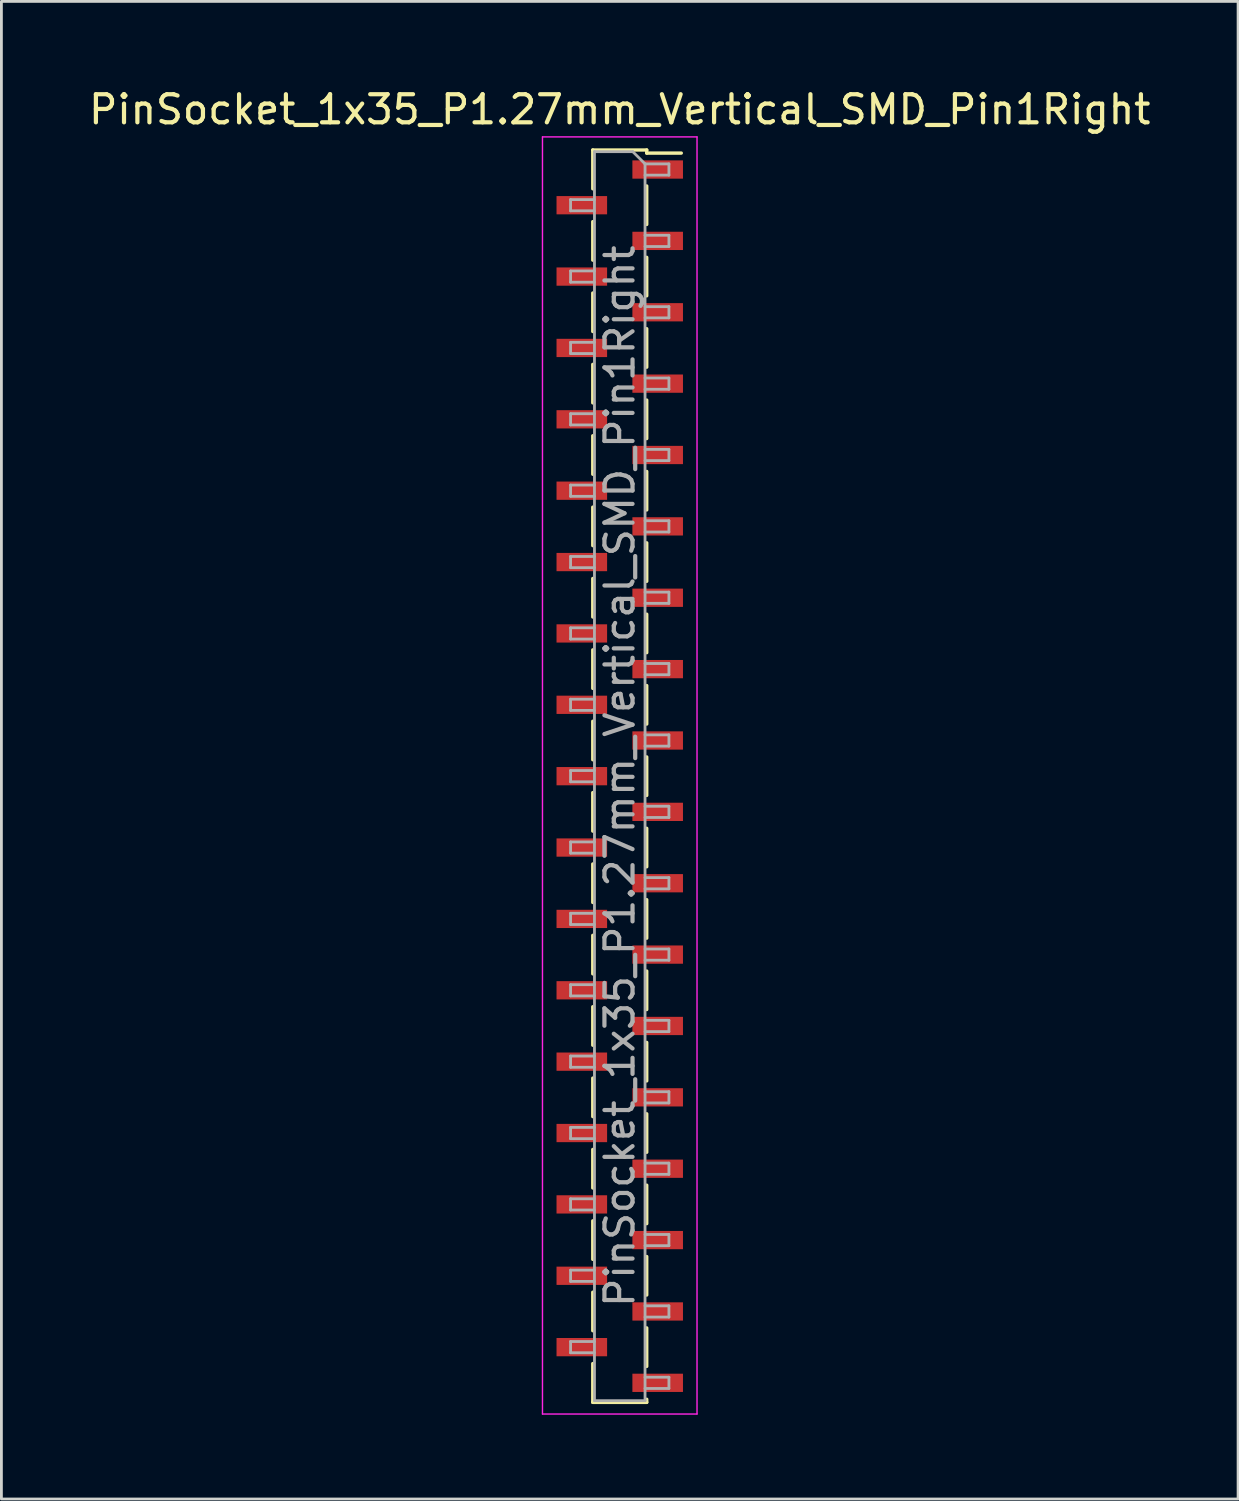
<source format=kicad_pcb>
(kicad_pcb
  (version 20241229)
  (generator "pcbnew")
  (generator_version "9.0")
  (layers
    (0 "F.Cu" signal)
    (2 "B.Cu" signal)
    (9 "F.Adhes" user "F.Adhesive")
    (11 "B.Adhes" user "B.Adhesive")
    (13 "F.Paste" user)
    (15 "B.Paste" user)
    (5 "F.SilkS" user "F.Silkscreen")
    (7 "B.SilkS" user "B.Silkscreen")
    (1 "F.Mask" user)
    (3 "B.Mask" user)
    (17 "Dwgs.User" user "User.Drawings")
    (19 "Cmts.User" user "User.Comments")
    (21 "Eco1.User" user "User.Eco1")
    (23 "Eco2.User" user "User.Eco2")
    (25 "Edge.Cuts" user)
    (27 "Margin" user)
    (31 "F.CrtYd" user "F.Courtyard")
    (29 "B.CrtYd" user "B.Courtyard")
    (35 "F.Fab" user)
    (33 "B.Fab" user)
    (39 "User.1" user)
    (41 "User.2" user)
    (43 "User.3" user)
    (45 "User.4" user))
  (footprint "PinSocket_1x35_P1.27mm_Vertical_SMD_Pin1Right"
    (layer "F.Cu")
    (at 19.006 24.573)
    (property "Reference" "PinSocket_1x35_P1.27mm_Vertical_SMD_Pin1Right" (at 0 -23.725 0) (layer "F.SilkS") (effects (font (size 1 1) (thickness 0.15))))
    (attr smd)
    (fp_line (start -0.96 -22.285) (end -0.96 -20.905) (stroke (width 0.12) (type solid)) (layer "F.SilkS"))
    (fp_line (start -0.96 -22.285) (end 0.96 -22.285) (stroke (width 0.12) (type solid)) (layer "F.SilkS"))
    (fp_line (start -0.96 -19.735) (end -0.96 -18.365) (stroke (width 0.12) (type solid)) (layer "F.SilkS"))
    (fp_line (start -0.96 -17.195) (end -0.96 -15.825) (stroke (width 0.12) (type solid)) (layer "F.SilkS"))
    (fp_line (start -0.96 -14.655) (end -0.96 -13.285) (stroke (width 0.12) (type solid)) (layer "F.SilkS"))
    (fp_line (start -0.96 -12.115) (end -0.96 -10.745) (stroke (width 0.12) (type solid)) (layer "F.SilkS"))
    (fp_line (start -0.96 -9.575) (end -0.96 -8.205) (stroke (width 0.12) (type solid)) (layer "F.SilkS"))
    (fp_line (start -0.96 -7.035) (end -0.96 -5.665) (stroke (width 0.12) (type solid)) (layer "F.SilkS"))
    (fp_line (start -0.96 -4.495) (end -0.96 -3.125) (stroke (width 0.12) (type solid)) (layer "F.SilkS"))
    (fp_line (start -0.96 -1.955) (end -0.96 -0.585) (stroke (width 0.12) (type solid)) (layer "F.SilkS"))
    (fp_line (start -0.96 0.585) (end -0.96 1.955) (stroke (width 0.12) (type solid)) (layer "F.SilkS"))
    (fp_line (start -0.96 3.125) (end -0.96 4.495) (stroke (width 0.12) (type solid)) (layer "F.SilkS"))
    (fp_line (start -0.96 5.665) (end -0.96 7.035) (stroke (width 0.12) (type solid)) (layer "F.SilkS"))
    (fp_line (start -0.96 8.205) (end -0.96 9.575) (stroke (width 0.12) (type solid)) (layer "F.SilkS"))
    (fp_line (start -0.96 10.745) (end -0.96 12.115) (stroke (width 0.12) (type solid)) (layer "F.SilkS"))
    (fp_line (start -0.96 13.285) (end -0.96 14.655) (stroke (width 0.12) (type solid)) (layer "F.SilkS"))
    (fp_line (start -0.96 15.825) (end -0.96 17.195) (stroke (width 0.12) (type solid)) (layer "F.SilkS"))
    (fp_line (start -0.96 18.365) (end -0.96 19.735) (stroke (width 0.12) (type solid)) (layer "F.SilkS"))
    (fp_line (start -0.96 20.905) (end -0.96 22.285) (stroke (width 0.12) (type solid)) (layer "F.SilkS"))
    (fp_line (start -0.96 22.285) (end 0.96 22.285) (stroke (width 0.12) (type solid)) (layer "F.SilkS"))
    (fp_line (start 0.96 -22.285) (end 0.96 -22.175) (stroke (width 0.12) (type solid)) (layer "F.SilkS"))
    (fp_line (start 0.96 -22.175) (end 2.19 -22.175) (stroke (width 0.12) (type solid)) (layer "F.SilkS"))
    (fp_line (start 0.96 -21.005) (end 0.96 -19.635) (stroke (width 0.12) (type solid)) (layer "F.SilkS"))
    (fp_line (start 0.96 -18.465) (end 0.96 -17.095) (stroke (width 0.12) (type solid)) (layer "F.SilkS"))
    (fp_line (start 0.96 -15.925) (end 0.96 -14.555) (stroke (width 0.12) (type solid)) (layer "F.SilkS"))
    (fp_line (start 0.96 -13.385) (end 0.96 -12.015) (stroke (width 0.12) (type solid)) (layer "F.SilkS"))
    (fp_line (start 0.96 -10.845) (end 0.96 -9.475) (stroke (width 0.12) (type solid)) (layer "F.SilkS"))
    (fp_line (start 0.96 -8.305) (end 0.96 -6.935) (stroke (width 0.12) (type solid)) (layer "F.SilkS"))
    (fp_line (start 0.96 -5.765) (end 0.96 -4.395) (stroke (width 0.12) (type solid)) (layer "F.SilkS"))
    (fp_line (start 0.96 -3.225) (end 0.96 -1.855) (stroke (width 0.12) (type solid)) (layer "F.SilkS"))
    (fp_line (start 0.96 -0.685) (end 0.96 0.685) (stroke (width 0.12) (type solid)) (layer "F.SilkS"))
    (fp_line (start 0.96 1.855) (end 0.96 3.225) (stroke (width 0.12) (type solid)) (layer "F.SilkS"))
    (fp_line (start 0.96 4.395) (end 0.96 5.765) (stroke (width 0.12) (type solid)) (layer "F.SilkS"))
    (fp_line (start 0.96 6.935) (end 0.96 8.305) (stroke (width 0.12) (type solid)) (layer "F.SilkS"))
    (fp_line (start 0.96 9.475) (end 0.96 10.845) (stroke (width 0.12) (type solid)) (layer "F.SilkS"))
    (fp_line (start 0.96 12.015) (end 0.96 13.385) (stroke (width 0.12) (type solid)) (layer "F.SilkS"))
    (fp_line (start 0.96 14.555) (end 0.96 15.925) (stroke (width 0.12) (type solid)) (layer "F.SilkS"))
    (fp_line (start 0.96 17.095) (end 0.96 18.465) (stroke (width 0.12) (type solid)) (layer "F.SilkS"))
    (fp_line (start 0.96 19.635) (end 0.96 21.005) (stroke (width 0.12) (type solid)) (layer "F.SilkS"))
    (fp_line (start 0.96 22.175) (end 0.96 22.285) (stroke (width 0.12) (type solid)) (layer "F.SilkS"))
    (fp_line (start -2.75 -22.75) (end 2.75 -22.75) (stroke (width 0.05) (type solid)) (layer "F.CrtYd"))
    (fp_line (start -2.75 22.7) (end -2.75 -22.75) (stroke (width 0.05) (type solid)) (layer "F.CrtYd"))
    (fp_line (start 2.75 -22.75) (end 2.75 22.7) (stroke (width 0.05) (type solid)) (layer "F.CrtYd"))
    (fp_line (start 2.75 22.7) (end -2.75 22.7) (stroke (width 0.05) (type solid)) (layer "F.CrtYd"))
    (fp_line (start -1.75 -20.52) (end -0.9 -20.52) (stroke (width 0.1) (type solid)) (layer "F.Fab"))
    (fp_line (start -1.75 -20.12) (end -1.75 -20.52) (stroke (width 0.1) (type solid)) (layer "F.Fab"))
    (fp_line (start -1.75 -17.98) (end -0.9 -17.98) (stroke (width 0.1) (type solid)) (layer "F.Fab"))
    (fp_line (start -1.75 -17.58) (end -1.75 -17.98) (stroke (width 0.1) (type solid)) (layer "F.Fab"))
    (fp_line (start -1.75 -15.44) (end -0.9 -15.44) (stroke (width 0.1) (type solid)) (layer "F.Fab"))
    (fp_line (start -1.75 -15.04) (end -1.75 -15.44) (stroke (width 0.1) (type solid)) (layer "F.Fab"))
    (fp_line (start -1.75 -12.9) (end -0.9 -12.9) (stroke (width 0.1) (type solid)) (layer "F.Fab"))
    (fp_line (start -1.75 -12.5) (end -1.75 -12.9) (stroke (width 0.1) (type solid)) (layer "F.Fab"))
    (fp_line (start -1.75 -10.36) (end -0.9 -10.36) (stroke (width 0.1) (type solid)) (layer "F.Fab"))
    (fp_line (start -1.75 -9.96) (end -1.75 -10.36) (stroke (width 0.1) (type solid)) (layer "F.Fab"))
    (fp_line (start -1.75 -7.82) (end -0.9 -7.82) (stroke (width 0.1) (type solid)) (layer "F.Fab"))
    (fp_line (start -1.75 -7.42) (end -1.75 -7.82) (stroke (width 0.1) (type solid)) (layer "F.Fab"))
    (fp_line (start -1.75 -5.28) (end -0.9 -5.28) (stroke (width 0.1) (type solid)) (layer "F.Fab"))
    (fp_line (start -1.75 -4.88) (end -1.75 -5.28) (stroke (width 0.1) (type solid)) (layer "F.Fab"))
    (fp_line (start -1.75 -2.74) (end -0.9 -2.74) (stroke (width 0.1) (type solid)) (layer "F.Fab"))
    (fp_line (start -1.75 -2.34) (end -1.75 -2.74) (stroke (width 0.1) (type solid)) (layer "F.Fab"))
    (fp_line (start -1.75 -0.2) (end -0.9 -0.2) (stroke (width 0.1) (type solid)) (layer "F.Fab"))
    (fp_line (start -1.75 0.2) (end -1.75 -0.2) (stroke (width 0.1) (type solid)) (layer "F.Fab"))
    (fp_line (start -1.75 2.34) (end -0.9 2.34) (stroke (width 0.1) (type solid)) (layer "F.Fab"))
    (fp_line (start -1.75 2.74) (end -1.75 2.34) (stroke (width 0.1) (type solid)) (layer "F.Fab"))
    (fp_line (start -1.75 4.88) (end -0.9 4.88) (stroke (width 0.1) (type solid)) (layer "F.Fab"))
    (fp_line (start -1.75 5.28) (end -1.75 4.88) (stroke (width 0.1) (type solid)) (layer "F.Fab"))
    (fp_line (start -1.75 7.42) (end -0.9 7.42) (stroke (width 0.1) (type solid)) (layer "F.Fab"))
    (fp_line (start -1.75 7.82) (end -1.75 7.42) (stroke (width 0.1) (type solid)) (layer "F.Fab"))
    (fp_line (start -1.75 9.96) (end -0.9 9.96) (stroke (width 0.1) (type solid)) (layer "F.Fab"))
    (fp_line (start -1.75 10.36) (end -1.75 9.96) (stroke (width 0.1) (type solid)) (layer "F.Fab"))
    (fp_line (start -1.75 12.5) (end -0.9 12.5) (stroke (width 0.1) (type solid)) (layer "F.Fab"))
    (fp_line (start -1.75 12.9) (end -1.75 12.5) (stroke (width 0.1) (type solid)) (layer "F.Fab"))
    (fp_line (start -1.75 15.04) (end -0.9 15.04) (stroke (width 0.1) (type solid)) (layer "F.Fab"))
    (fp_line (start -1.75 15.44) (end -1.75 15.04) (stroke (width 0.1) (type solid)) (layer "F.Fab"))
    (fp_line (start -1.75 17.58) (end -0.9 17.58) (stroke (width 0.1) (type solid)) (layer "F.Fab"))
    (fp_line (start -1.75 17.98) (end -1.75 17.58) (stroke (width 0.1) (type solid)) (layer "F.Fab"))
    (fp_line (start -1.75 20.12) (end -0.9 20.12) (stroke (width 0.1) (type solid)) (layer "F.Fab"))
    (fp_line (start -1.75 20.52) (end -1.75 20.12) (stroke (width 0.1) (type solid)) (layer "F.Fab"))
    (fp_line (start -0.9 -22.225) (end 0.465 -22.225) (stroke (width 0.1) (type solid)) (layer "F.Fab"))
    (fp_line (start -0.9 -20.12) (end -1.75 -20.12) (stroke (width 0.1) (type solid)) (layer "F.Fab"))
    (fp_line (start -0.9 -17.58) (end -1.75 -17.58) (stroke (width 0.1) (type solid)) (layer "F.Fab"))
    (fp_line (start -0.9 -15.04) (end -1.75 -15.04) (stroke (width 0.1) (type solid)) (layer "F.Fab"))
    (fp_line (start -0.9 -12.5) (end -1.75 -12.5) (stroke (width 0.1) (type solid)) (layer "F.Fab"))
    (fp_line (start -0.9 -9.96) (end -1.75 -9.96) (stroke (width 0.1) (type solid)) (layer "F.Fab"))
    (fp_line (start -0.9 -7.42) (end -1.75 -7.42) (stroke (width 0.1) (type solid)) (layer "F.Fab"))
    (fp_line (start -0.9 -4.88) (end -1.75 -4.88) (stroke (width 0.1) (type solid)) (layer "F.Fab"))
    (fp_line (start -0.9 -2.34) (end -1.75 -2.34) (stroke (width 0.1) (type solid)) (layer "F.Fab"))
    (fp_line (start -0.9 0.2) (end -1.75 0.2) (stroke (width 0.1) (type solid)) (layer "F.Fab"))
    (fp_line (start -0.9 2.74) (end -1.75 2.74) (stroke (width 0.1) (type solid)) (layer "F.Fab"))
    (fp_line (start -0.9 5.28) (end -1.75 5.28) (stroke (width 0.1) (type solid)) (layer "F.Fab"))
    (fp_line (start -0.9 7.82) (end -1.75 7.82) (stroke (width 0.1) (type solid)) (layer "F.Fab"))
    (fp_line (start -0.9 10.36) (end -1.75 10.36) (stroke (width 0.1) (type solid)) (layer "F.Fab"))
    (fp_line (start -0.9 12.9) (end -1.75 12.9) (stroke (width 0.1) (type solid)) (layer "F.Fab"))
    (fp_line (start -0.9 15.44) (end -1.75 15.44) (stroke (width 0.1) (type solid)) (layer "F.Fab"))
    (fp_line (start -0.9 17.98) (end -1.75 17.98) (stroke (width 0.1) (type solid)) (layer "F.Fab"))
    (fp_line (start -0.9 20.52) (end -1.75 20.52) (stroke (width 0.1) (type solid)) (layer "F.Fab"))
    (fp_line (start -0.9 22.225) (end -0.9 -22.225) (stroke (width 0.1) (type solid)) (layer "F.Fab"))
    (fp_line (start 0.465 -22.225) (end 0.9 -21.79) (stroke (width 0.1) (type solid)) (layer "F.Fab"))
    (fp_line (start 0.9 -21.79) (end 0.9 22.225) (stroke (width 0.1) (type solid)) (layer "F.Fab"))
    (fp_line (start 0.9 -21.79) (end 1.75 -21.79) (stroke (width 0.1) (type solid)) (layer "F.Fab"))
    (fp_line (start 0.9 -19.25) (end 1.75 -19.25) (stroke (width 0.1) (type solid)) (layer "F.Fab"))
    (fp_line (start 0.9 -16.71) (end 1.75 -16.71) (stroke (width 0.1) (type solid)) (layer "F.Fab"))
    (fp_line (start 0.9 -14.17) (end 1.75 -14.17) (stroke (width 0.1) (type solid)) (layer "F.Fab"))
    (fp_line (start 0.9 -11.63) (end 1.75 -11.63) (stroke (width 0.1) (type solid)) (layer "F.Fab"))
    (fp_line (start 0.9 -9.09) (end 1.75 -9.09) (stroke (width 0.1) (type solid)) (layer "F.Fab"))
    (fp_line (start 0.9 -6.55) (end 1.75 -6.55) (stroke (width 0.1) (type solid)) (layer "F.Fab"))
    (fp_line (start 0.9 -4.01) (end 1.75 -4.01) (stroke (width 0.1) (type solid)) (layer "F.Fab"))
    (fp_line (start 0.9 -1.47) (end 1.75 -1.47) (stroke (width 0.1) (type solid)) (layer "F.Fab"))
    (fp_line (start 0.9 1.07) (end 1.75 1.07) (stroke (width 0.1) (type solid)) (layer "F.Fab"))
    (fp_line (start 0.9 3.61) (end 1.75 3.61) (stroke (width 0.1) (type solid)) (layer "F.Fab"))
    (fp_line (start 0.9 6.15) (end 1.75 6.15) (stroke (width 0.1) (type solid)) (layer "F.Fab"))
    (fp_line (start 0.9 8.69) (end 1.75 8.69) (stroke (width 0.1) (type solid)) (layer "F.Fab"))
    (fp_line (start 0.9 11.23) (end 1.75 11.23) (stroke (width 0.1) (type solid)) (layer "F.Fab"))
    (fp_line (start 0.9 13.77) (end 1.75 13.77) (stroke (width 0.1) (type solid)) (layer "F.Fab"))
    (fp_line (start 0.9 16.31) (end 1.75 16.31) (stroke (width 0.1) (type solid)) (layer "F.Fab"))
    (fp_line (start 0.9 18.85) (end 1.75 18.85) (stroke (width 0.1) (type solid)) (layer "F.Fab"))
    (fp_line (start 0.9 21.39) (end 1.75 21.39) (stroke (width 0.1) (type solid)) (layer "F.Fab"))
    (fp_line (start 0.9 22.225) (end -0.9 22.225) (stroke (width 0.1) (type solid)) (layer "F.Fab"))
    (fp_line (start 1.75 -21.79) (end 1.75 -21.39) (stroke (width 0.1) (type solid)) (layer "F.Fab"))
    (fp_line (start 1.75 -21.39) (end 0.9 -21.39) (stroke (width 0.1) (type solid)) (layer "F.Fab"))
    (fp_line (start 1.75 -19.25) (end 1.75 -18.85) (stroke (width 0.1) (type solid)) (layer "F.Fab"))
    (fp_line (start 1.75 -18.85) (end 0.9 -18.85) (stroke (width 0.1) (type solid)) (layer "F.Fab"))
    (fp_line (start 1.75 -16.71) (end 1.75 -16.31) (stroke (width 0.1) (type solid)) (layer "F.Fab"))
    (fp_line (start 1.75 -16.31) (end 0.9 -16.31) (stroke (width 0.1) (type solid)) (layer "F.Fab"))
    (fp_line (start 1.75 -14.17) (end 1.75 -13.77) (stroke (width 0.1) (type solid)) (layer "F.Fab"))
    (fp_line (start 1.75 -13.77) (end 0.9 -13.77) (stroke (width 0.1) (type solid)) (layer "F.Fab"))
    (fp_line (start 1.75 -11.63) (end 1.75 -11.23) (stroke (width 0.1) (type solid)) (layer "F.Fab"))
    (fp_line (start 1.75 -11.23) (end 0.9 -11.23) (stroke (width 0.1) (type solid)) (layer "F.Fab"))
    (fp_line (start 1.75 -9.09) (end 1.75 -8.69) (stroke (width 0.1) (type solid)) (layer "F.Fab"))
    (fp_line (start 1.75 -8.69) (end 0.9 -8.69) (stroke (width 0.1) (type solid)) (layer "F.Fab"))
    (fp_line (start 1.75 -6.55) (end 1.75 -6.15) (stroke (width 0.1) (type solid)) (layer "F.Fab"))
    (fp_line (start 1.75 -6.15) (end 0.9 -6.15) (stroke (width 0.1) (type solid)) (layer "F.Fab"))
    (fp_line (start 1.75 -4.01) (end 1.75 -3.61) (stroke (width 0.1) (type solid)) (layer "F.Fab"))
    (fp_line (start 1.75 -3.61) (end 0.9 -3.61) (stroke (width 0.1) (type solid)) (layer "F.Fab"))
    (fp_line (start 1.75 -1.47) (end 1.75 -1.07) (stroke (width 0.1) (type solid)) (layer "F.Fab"))
    (fp_line (start 1.75 -1.07) (end 0.9 -1.07) (stroke (width 0.1) (type solid)) (layer "F.Fab"))
    (fp_line (start 1.75 1.07) (end 1.75 1.47) (stroke (width 0.1) (type solid)) (layer "F.Fab"))
    (fp_line (start 1.75 1.47) (end 0.9 1.47) (stroke (width 0.1) (type solid)) (layer "F.Fab"))
    (fp_line (start 1.75 3.61) (end 1.75 4.01) (stroke (width 0.1) (type solid)) (layer "F.Fab"))
    (fp_line (start 1.75 4.01) (end 0.9 4.01) (stroke (width 0.1) (type solid)) (layer "F.Fab"))
    (fp_line (start 1.75 6.15) (end 1.75 6.55) (stroke (width 0.1) (type solid)) (layer "F.Fab"))
    (fp_line (start 1.75 6.55) (end 0.9 6.55) (stroke (width 0.1) (type solid)) (layer "F.Fab"))
    (fp_line (start 1.75 8.69) (end 1.75 9.09) (stroke (width 0.1) (type solid)) (layer "F.Fab"))
    (fp_line (start 1.75 9.09) (end 0.9 9.09) (stroke (width 0.1) (type solid)) (layer "F.Fab"))
    (fp_line (start 1.75 11.23) (end 1.75 11.63) (stroke (width 0.1) (type solid)) (layer "F.Fab"))
    (fp_line (start 1.75 11.63) (end 0.9 11.63) (stroke (width 0.1) (type solid)) (layer "F.Fab"))
    (fp_line (start 1.75 13.77) (end 1.75 14.17) (stroke (width 0.1) (type solid)) (layer "F.Fab"))
    (fp_line (start 1.75 14.17) (end 0.9 14.17) (stroke (width 0.1) (type solid)) (layer "F.Fab"))
    (fp_line (start 1.75 16.31) (end 1.75 16.71) (stroke (width 0.1) (type solid)) (layer "F.Fab"))
    (fp_line (start 1.75 16.71) (end 0.9 16.71) (stroke (width 0.1) (type solid)) (layer "F.Fab"))
    (fp_line (start 1.75 18.85) (end 1.75 19.25) (stroke (width 0.1) (type solid)) (layer "F.Fab"))
    (fp_line (start 1.75 19.25) (end 0.9 19.25) (stroke (width 0.1) (type solid)) (layer "F.Fab"))
    (fp_line (start 1.75 21.39) (end 1.75 21.79) (stroke (width 0.1) (type solid)) (layer "F.Fab"))
    (fp_line (start 1.75 21.79) (end 0.9 21.79) (stroke (width 0.1) (type solid)) (layer "F.Fab"))
    (fp_text user "${REFERENCE}" (at 0 0 90) (layer "F.Fab") (effects (font (size 1 1) (thickness 0.15))))
    (pad "1" smd rect (at 1.35 -21.59) (size 1.8 0.65) (layers "F.Cu" "F.Mask" "F.Paste"))
    (pad "2" smd rect (at -1.35 -20.32) (size 1.8 0.65) (layers "F.Cu" "F.Mask" "F.Paste"))
    (pad "3" smd rect (at 1.35 -19.05) (size 1.8 0.65) (layers "F.Cu" "F.Mask" "F.Paste"))
    (pad "4" smd rect (at -1.35 -17.78) (size 1.8 0.65) (layers "F.Cu" "F.Mask" "F.Paste"))
    (pad "5" smd rect (at 1.35 -16.51) (size 1.8 0.65) (layers "F.Cu" "F.Mask" "F.Paste"))
    (pad "6" smd rect (at -1.35 -15.24) (size 1.8 0.65) (layers "F.Cu" "F.Mask" "F.Paste"))
    (pad "7" smd rect (at 1.35 -13.97) (size 1.8 0.65) (layers "F.Cu" "F.Mask" "F.Paste"))
    (pad "8" smd rect (at -1.35 -12.7) (size 1.8 0.65) (layers "F.Cu" "F.Mask" "F.Paste"))
    (pad "9" smd rect (at 1.35 -11.43) (size 1.8 0.65) (layers "F.Cu" "F.Mask" "F.Paste"))
    (pad "10" smd rect (at -1.35 -10.16) (size 1.8 0.65) (layers "F.Cu" "F.Mask" "F.Paste"))
    (pad "11" smd rect (at 1.35 -8.89) (size 1.8 0.65) (layers "F.Cu" "F.Mask" "F.Paste"))
    (pad "12" smd rect (at -1.35 -7.62) (size 1.8 0.65) (layers "F.Cu" "F.Mask" "F.Paste"))
    (pad "13" smd rect (at 1.35 -6.35) (size 1.8 0.65) (layers "F.Cu" "F.Mask" "F.Paste"))
    (pad "14" smd rect (at -1.35 -5.08) (size 1.8 0.65) (layers "F.Cu" "F.Mask" "F.Paste"))
    (pad "15" smd rect (at 1.35 -3.81) (size 1.8 0.65) (layers "F.Cu" "F.Mask" "F.Paste"))
    (pad "16" smd rect (at -1.35 -2.54) (size 1.8 0.65) (layers "F.Cu" "F.Mask" "F.Paste"))
    (pad "17" smd rect (at 1.35 -1.27) (size 1.8 0.65) (layers "F.Cu" "F.Mask" "F.Paste"))
    (pad "18" smd rect (at -1.35 0) (size 1.8 0.65) (layers "F.Cu" "F.Mask" "F.Paste"))
    (pad "19" smd rect (at 1.35 1.27) (size 1.8 0.65) (layers "F.Cu" "F.Mask" "F.Paste"))
    (pad "20" smd rect (at -1.35 2.54) (size 1.8 0.65) (layers "F.Cu" "F.Mask" "F.Paste"))
    (pad "21" smd rect (at 1.35 3.81) (size 1.8 0.65) (layers "F.Cu" "F.Mask" "F.Paste"))
    (pad "22" smd rect (at -1.35 5.08) (size 1.8 0.65) (layers "F.Cu" "F.Mask" "F.Paste"))
    (pad "23" smd rect (at 1.35 6.35) (size 1.8 0.65) (layers "F.Cu" "F.Mask" "F.Paste"))
    (pad "24" smd rect (at -1.35 7.62) (size 1.8 0.65) (layers "F.Cu" "F.Mask" "F.Paste"))
    (pad "25" smd rect (at 1.35 8.89) (size 1.8 0.65) (layers "F.Cu" "F.Mask" "F.Paste"))
    (pad "26" smd rect (at -1.35 10.16) (size 1.8 0.65) (layers "F.Cu" "F.Mask" "F.Paste"))
    (pad "27" smd rect (at 1.35 11.43) (size 1.8 0.65) (layers "F.Cu" "F.Mask" "F.Paste"))
    (pad "28" smd rect (at -1.35 12.7) (size 1.8 0.65) (layers "F.Cu" "F.Mask" "F.Paste"))
    (pad "29" smd rect (at 1.35 13.97) (size 1.8 0.65) (layers "F.Cu" "F.Mask" "F.Paste"))
    (pad "30" smd rect (at -1.35 15.24) (size 1.8 0.65) (layers "F.Cu" "F.Mask" "F.Paste"))
    (pad "31" smd rect (at 1.35 16.51) (size 1.8 0.65) (layers "F.Cu" "F.Mask" "F.Paste"))
    (pad "32" smd rect (at -1.35 17.78) (size 1.8 0.65) (layers "F.Cu" "F.Mask" "F.Paste"))
    (pad "33" smd rect (at 1.35 19.05) (size 1.8 0.65) (layers "F.Cu" "F.Mask" "F.Paste"))
    (pad "34" smd rect (at -1.35 20.32) (size 1.8 0.65) (layers "F.Cu" "F.Mask" "F.Paste"))
    (pad "35" smd rect (at 1.35 21.59) (size 1.8 0.65) (layers "F.Cu" "F.Mask" "F.Paste")))
  (gr_rect
    (start -3 -3)
    (end 41.012 50.298)
    (stroke (width 0.1) (type default))
    (fill no)
    (layer "Edge.Cuts")))
</source>
